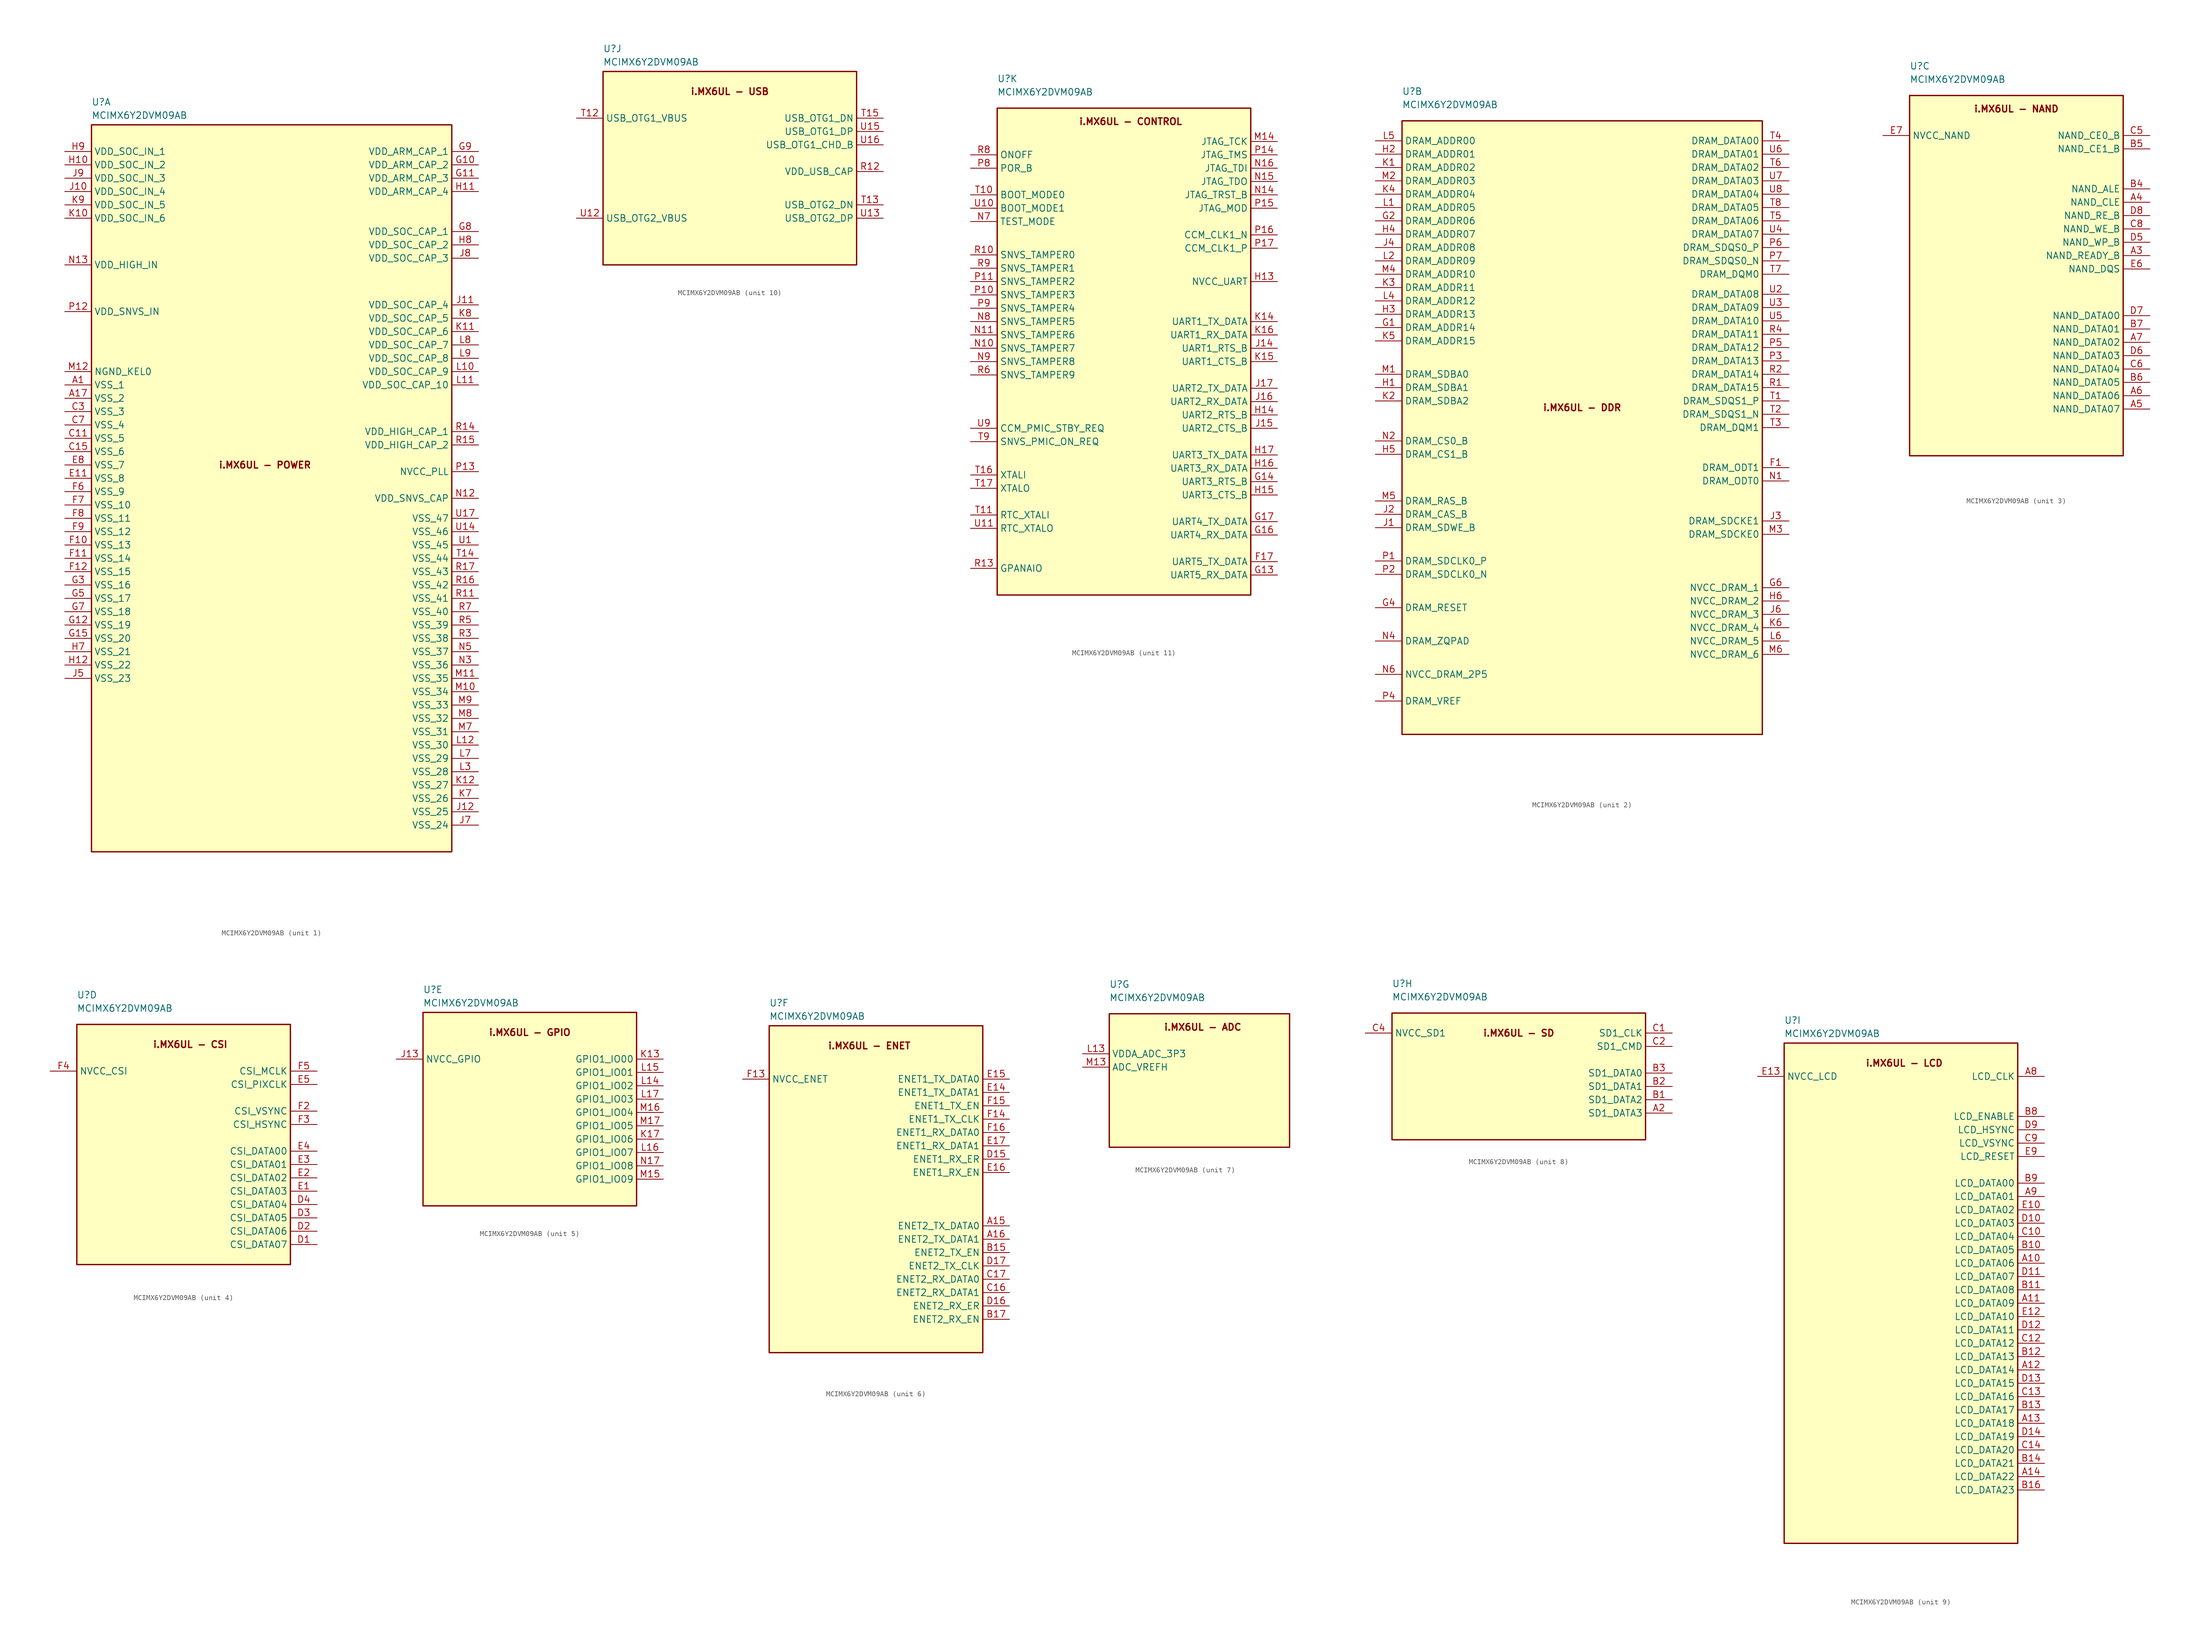
<source format=kicad_sym>
(kicad_symbol_lib
  (version 20241209)
  (generator "kicad_symbol_editor")
  (generator_version "9.0")
  (symbol "MCIMX6Y2DVM09AB"
    (property "Reference" "U"
      (at -33.02 69.85 0)
      (effects (font (size 1.27 1.27)) (justify left top)))
    (property "Value" "MCIMX6Y2DVM09AB"
      (at -33.02 67.31 0)
      (effects (font (size 1.27 1.27)) (justify left top)))
    (symbol "MCIMX6Y2DVM09AB_1_1"
      (rectangle (start -33.02 64.77) (end 35.56 -73.66) (stroke (width 0.254) (type default)) (fill (type background)))
      (text "i.MX6UL - POWER" (at 0 0 0) (effects (font (size 1.27 1.27) (thickness 0.254) (bold yes))))
      (pin passive line (at -38.1 59.69 0) (length 5.08) (name "VDD_SOC_IN_1" (effects (font (size 1.27 1.27)))) (number "H9" (effects (font (size 1.27 1.27)))))
      (pin passive line (at -38.1 57.15 0) (length 5.08) (name "VDD_SOC_IN_2" (effects (font (size 1.27 1.27)))) (number "H10" (effects (font (size 1.27 1.27)))))
      (pin passive line (at -38.1 54.61 0) (length 5.08) (name "VDD_SOC_IN_3" (effects (font (size 1.27 1.27)))) (number "J9" (effects (font (size 1.27 1.27)))))
      (pin passive line (at -38.1 52.07 0) (length 5.08) (name "VDD_SOC_IN_4" (effects (font (size 1.27 1.27)))) (number "J10" (effects (font (size 1.27 1.27)))))
      (pin passive line (at -38.1 49.53 0) (length 5.08) (name "VDD_SOC_IN_5" (effects (font (size 1.27 1.27)))) (number "K9" (effects (font (size 1.27 1.27)))))
      (pin passive line (at -38.1 46.99 0) (length 5.08) (name "VDD_SOC_IN_6" (effects (font (size 1.27 1.27)))) (number "K10" (effects (font (size 1.27 1.27)))))
      (pin passive line (at -38.1 38.1 0) (length 5.08) (name "VDD_HIGH_IN" (effects (font (size 1.27 1.27)))) (number "N13" (effects (font (size 1.27 1.27)))))
      (pin passive line (at -38.1 29.21 0) (length 5.08) (name "VDD_SNVS_IN" (effects (font (size 1.27 1.27)))) (number "P12" (effects (font (size 1.27 1.27)))))
      (pin passive line (at -38.1 17.78 0) (length 5.08) (name "NGND_KEL0" (effects (font (size 1.27 1.27)))) (number "M12" (effects (font (size 1.27 1.27)))))
      (pin passive line (at -38.1 15.24 0) (length 5.08) (name "VSS_1" (effects (font (size 1.27 1.27)))) (number "A1" (effects (font (size 1.27 1.27)))))
      (pin passive line (at -38.1 12.7 0) (length 5.08) (name "VSS_2" (effects (font (size 1.27 1.27)))) (number "A17" (effects (font (size 1.27 1.27)))))
      (pin passive line (at -38.1 10.16 0) (length 5.08) (name "VSS_3" (effects (font (size 1.27 1.27)))) (number "C3" (effects (font (size 1.27 1.27)))))
      (pin passive line (at -38.1 7.62 0) (length 5.08) (name "VSS_4" (effects (font (size 1.27 1.27)))) (number "C7" (effects (font (size 1.27 1.27)))))
      (pin passive line (at -38.1 5.08 0) (length 5.08) (name "VSS_5" (effects (font (size 1.27 1.27)))) (number "C11" (effects (font (size 1.27 1.27)))))
      (pin passive line (at -38.1 2.54 0) (length 5.08) (name "VSS_6" (effects (font (size 1.27 1.27)))) (number "C15" (effects (font (size 1.27 1.27)))))
      (pin passive line (at -38.1 0 0) (length 5.08) (name "VSS_7" (effects (font (size 1.27 1.27)))) (number "E8" (effects (font (size 1.27 1.27)))))
      (pin passive line (at -38.1 -2.54 0) (length 5.08) (name "VSS_8" (effects (font (size 1.27 1.27)))) (number "E11" (effects (font (size 1.27 1.27)))))
      (pin passive line (at -38.1 -5.08 0) (length 5.08) (name "VSS_9" (effects (font (size 1.27 1.27)))) (number "F6" (effects (font (size 1.27 1.27)))))
      (pin passive line (at -38.1 -7.62 0) (length 5.08) (name "VSS_10" (effects (font (size 1.27 1.27)))) (number "F7" (effects (font (size 1.27 1.27)))))
      (pin passive line (at -38.1 -10.16 0) (length 5.08) (name "VSS_11" (effects (font (size 1.27 1.27)))) (number "F8" (effects (font (size 1.27 1.27)))))
      (pin passive line (at -38.1 -12.7 0) (length 5.08) (name "VSS_12" (effects (font (size 1.27 1.27)))) (number "F9" (effects (font (size 1.27 1.27)))))
      (pin passive line (at -38.1 -15.24 0) (length 5.08) (name "VSS_13" (effects (font (size 1.27 1.27)))) (number "F10" (effects (font (size 1.27 1.27)))))
      (pin passive line (at -38.1 -17.78 0) (length 5.08) (name "VSS_14" (effects (font (size 1.27 1.27)))) (number "F11" (effects (font (size 1.27 1.27)))))
      (pin passive line (at -38.1 -20.32 0) (length 5.08) (name "VSS_15" (effects (font (size 1.27 1.27)))) (number "F12" (effects (font (size 1.27 1.27)))))
      (pin passive line (at -38.1 -22.86 0) (length 5.08) (name "VSS_16" (effects (font (size 1.27 1.27)))) (number "G3" (effects (font (size 1.27 1.27)))))
      (pin passive line (at -38.1 -25.4 0) (length 5.08) (name "VSS_17" (effects (font (size 1.27 1.27)))) (number "G5" (effects (font (size 1.27 1.27)))))
      (pin passive line (at -38.1 -27.94 0) (length 5.08) (name "VSS_18" (effects (font (size 1.27 1.27)))) (number "G7" (effects (font (size 1.27 1.27)))))
      (pin passive line (at -38.1 -30.48 0) (length 5.08) (name "VSS_19" (effects (font (size 1.27 1.27)))) (number "G12" (effects (font (size 1.27 1.27)))))
      (pin passive line (at -38.1 -33.02 0) (length 5.08) (name "VSS_20" (effects (font (size 1.27 1.27)))) (number "G15" (effects (font (size 1.27 1.27)))))
      (pin passive line (at -38.1 -35.56 0) (length 5.08) (name "VSS_21" (effects (font (size 1.27 1.27)))) (number "H7" (effects (font (size 1.27 1.27)))))
      (pin passive line (at -38.1 -38.1 0) (length 5.08) (name "VSS_22" (effects (font (size 1.27 1.27)))) (number "H12" (effects (font (size 1.27 1.27)))))
      (pin passive line (at -38.1 -40.64 0) (length 5.08) (name "VSS_23" (effects (font (size 1.27 1.27)))) (number "J5" (effects (font (size 1.27 1.27)))))
      (pin passive line (at 40.64 59.69 180) (length 5.08) (name "VDD_ARM_CAP_1" (effects (font (size 1.27 1.27)))) (number "G9" (effects (font (size 1.27 1.27)))))
      (pin passive line (at 40.64 57.15 180) (length 5.08) (name "VDD_ARM_CAP_2" (effects (font (size 1.27 1.27)))) (number "G10" (effects (font (size 1.27 1.27)))))
      (pin passive line (at 40.64 54.61 180) (length 5.08) (name "VDD_ARM_CAP_3" (effects (font (size 1.27 1.27)))) (number "G11" (effects (font (size 1.27 1.27)))))
      (pin passive line (at 40.64 52.07 180) (length 5.08) (name "VDD_ARM_CAP_4" (effects (font (size 1.27 1.27)))) (number "H11" (effects (font (size 1.27 1.27)))))
      (pin passive line (at 40.64 44.45 180) (length 5.08) (name "VDD_SOC_CAP_1" (effects (font (size 1.27 1.27)))) (number "G8" (effects (font (size 1.27 1.27)))))
      (pin passive line (at 40.64 41.91 180) (length 5.08) (name "VDD_SOC_CAP_2" (effects (font (size 1.27 1.27)))) (number "H8" (effects (font (size 1.27 1.27)))))
      (pin passive line (at 40.64 39.37 180) (length 5.08) (name "VDD_SOC_CAP_3" (effects (font (size 1.27 1.27)))) (number "J8" (effects (font (size 1.27 1.27)))))
      (pin passive line (at 40.64 30.48 180) (length 5.08) (name "VDD_SOC_CAP_4" (effects (font (size 1.27 1.27)))) (number "J11" (effects (font (size 1.27 1.27)))))
      (pin passive line (at 40.64 27.94 180) (length 5.08) (name "VDD_SOC_CAP_5" (effects (font (size 1.27 1.27)))) (number "K8" (effects (font (size 1.27 1.27)))))
      (pin passive line (at 40.64 25.4 180) (length 5.08) (name "VDD_SOC_CAP_6" (effects (font (size 1.27 1.27)))) (number "K11" (effects (font (size 1.27 1.27)))))
      (pin passive line (at 40.64 22.86 180) (length 5.08) (name "VDD_SOC_CAP_7" (effects (font (size 1.27 1.27)))) (number "L8" (effects (font (size 1.27 1.27)))))
      (pin passive line (at 40.64 20.32 180) (length 5.08) (name "VDD_SOC_CAP_8" (effects (font (size 1.27 1.27)))) (number "L9" (effects (font (size 1.27 1.27)))))
      (pin passive line (at 40.64 17.78 180) (length 5.08) (name "VDD_SOC_CAP_9" (effects (font (size 1.27 1.27)))) (number "L10" (effects (font (size 1.27 1.27)))))
      (pin passive line (at 40.64 15.24 180) (length 5.08) (name "VDD_SOC_CAP_10" (effects (font (size 1.27 1.27)))) (number "L11" (effects (font (size 1.27 1.27)))))
      (pin passive line (at 40.64 6.35 180) (length 5.08) (name "VDD_HIGH_CAP_1" (effects (font (size 1.27 1.27)))) (number "R14" (effects (font (size 1.27 1.27)))))
      (pin passive line (at 40.64 3.81 180) (length 5.08) (name "VDD_HIGH_CAP_2" (effects (font (size 1.27 1.27)))) (number "R15" (effects (font (size 1.27 1.27)))))
      (pin passive line (at 40.64 -1.27 180) (length 5.08) (name "NVCC_PLL" (effects (font (size 1.27 1.27)))) (number "P13" (effects (font (size 1.27 1.27)))))
      (pin passive line (at 40.64 -6.35 180) (length 5.08) (name "VDD_SNVS_CAP" (effects (font (size 1.27 1.27)))) (number "N12" (effects (font (size 1.27 1.27)))))
      (pin passive line (at 40.64 -10.16 180) (length 5.08) (name "VSS_47" (effects (font (size 1.27 1.27)))) (number "U17" (effects (font (size 1.27 1.27)))))
      (pin passive line (at 40.64 -12.7 180) (length 5.08) (name "VSS_46" (effects (font (size 1.27 1.27)))) (number "U14" (effects (font (size 1.27 1.27)))))
      (pin passive line (at 40.64 -15.24 180) (length 5.08) (name "VSS_45" (effects (font (size 1.27 1.27)))) (number "U1" (effects (font (size 1.27 1.27)))))
      (pin passive line (at 40.64 -17.78 180) (length 5.08) (name "VSS_44" (effects (font (size 1.27 1.27)))) (number "T14" (effects (font (size 1.27 1.27)))))
      (pin passive line (at 40.64 -20.32 180) (length 5.08) (name "VSS_43" (effects (font (size 1.27 1.27)))) (number "R17" (effects (font (size 1.27 1.27)))))
      (pin passive line (at 40.64 -22.86 180) (length 5.08) (name "VSS_42" (effects (font (size 1.27 1.27)))) (number "R16" (effects (font (size 1.27 1.27)))))
      (pin passive line (at 40.64 -25.4 180) (length 5.08) (name "VSS_41" (effects (font (size 1.27 1.27)))) (number "R11" (effects (font (size 1.27 1.27)))))
      (pin passive line (at 40.64 -27.94 180) (length 5.08) (name "VSS_40" (effects (font (size 1.27 1.27)))) (number "R7" (effects (font (size 1.27 1.27)))))
      (pin passive line (at 40.64 -30.48 180) (length 5.08) (name "VSS_39" (effects (font (size 1.27 1.27)))) (number "R5" (effects (font (size 1.27 1.27)))))
      (pin passive line (at 40.64 -33.02 180) (length 5.08) (name "VSS_38" (effects (font (size 1.27 1.27)))) (number "R3" (effects (font (size 1.27 1.27)))))
      (pin passive line (at 40.64 -35.56 180) (length 5.08) (name "VSS_37" (effects (font (size 1.27 1.27)))) (number "N5" (effects (font (size 1.27 1.27)))))
      (pin passive line (at 40.64 -38.1 180) (length 5.08) (name "VSS_36" (effects (font (size 1.27 1.27)))) (number "N3" (effects (font (size 1.27 1.27)))))
      (pin passive line (at 40.64 -40.64 180) (length 5.08) (name "VSS_35" (effects (font (size 1.27 1.27)))) (number "M11" (effects (font (size 1.27 1.27)))))
      (pin passive line (at 40.64 -43.18 180) (length 5.08) (name "VSS_34" (effects (font (size 1.27 1.27)))) (number "M10" (effects (font (size 1.27 1.27)))))
      (pin passive line (at 40.64 -45.72 180) (length 5.08) (name "VSS_33" (effects (font (size 1.27 1.27)))) (number "M9" (effects (font (size 1.27 1.27)))))
      (pin passive line (at 40.64 -48.26 180) (length 5.08) (name "VSS_32" (effects (font (size 1.27 1.27)))) (number "M8" (effects (font (size 1.27 1.27)))))
      (pin passive line (at 40.64 -50.8 180) (length 5.08) (name "VSS_31" (effects (font (size 1.27 1.27)))) (number "M7" (effects (font (size 1.27 1.27)))))
      (pin passive line (at 40.64 -53.34 180) (length 5.08) (name "VSS_30" (effects (font (size 1.27 1.27)))) (number "L12" (effects (font (size 1.27 1.27)))))
      (pin passive line (at 40.64 -55.88 180) (length 5.08) (name "VSS_29" (effects (font (size 1.27 1.27)))) (number "L7" (effects (font (size 1.27 1.27)))))
      (pin passive line (at 40.64 -58.42 180) (length 5.08) (name "VSS_28" (effects (font (size 1.27 1.27)))) (number "L3" (effects (font (size 1.27 1.27)))))
      (pin passive line (at 40.64 -60.96 180) (length 5.08) (name "VSS_27" (effects (font (size 1.27 1.27)))) (number "K12" (effects (font (size 1.27 1.27)))))
      (pin passive line (at 40.64 -63.5 180) (length 5.08) (name "VSS_26" (effects (font (size 1.27 1.27)))) (number "K7" (effects (font (size 1.27 1.27)))))
      (pin passive line (at 40.64 -66.04 180) (length 5.08) (name "VSS_25" (effects (font (size 1.27 1.27)))) (number "J12" (effects (font (size 1.27 1.27)))))
      (pin passive line (at 40.64 -68.58 180) (length 5.08) (name "VSS_24" (effects (font (size 1.27 1.27)))) (number "J7" (effects (font (size 1.27 1.27))))))
    (symbol "MCIMX6Y2DVM09AB_2_1"
      (rectangle (start -33.02 63.5) (end 35.56 -53.34) (stroke (width 0.254) (type default)) (fill (type background)))
      (text "i.MX6UL - DDR" (at 1.27 8.89 0) (effects (font (size 1.27 1.27) (thickness 0.254) (bold yes))))
      (pin passive line (at -38.1 59.69 0) (length 5.08) (name "DRAM_ADDR00" (effects (font (size 1.27 1.27)))) (number "L5" (effects (font (size 1.27 1.27)))))
      (pin passive line (at -38.1 57.15 0) (length 5.08) (name "DRAM_ADDR01" (effects (font (size 1.27 1.27)))) (number "H2" (effects (font (size 1.27 1.27)))))
      (pin passive line (at -38.1 54.61 0) (length 5.08) (name "DRAM_ADDR02" (effects (font (size 1.27 1.27)))) (number "K1" (effects (font (size 1.27 1.27)))))
      (pin passive line (at -38.1 52.07 0) (length 5.08) (name "DRAM_ADDR03" (effects (font (size 1.27 1.27)))) (number "M2" (effects (font (size 1.27 1.27)))))
      (pin passive line (at -38.1 49.53 0) (length 5.08) (name "DRAM_ADDR04" (effects (font (size 1.27 1.27)))) (number "K4" (effects (font (size 1.27 1.27)))))
      (pin passive line (at -38.1 46.99 0) (length 5.08) (name "DRAM_ADDR05" (effects (font (size 1.27 1.27)))) (number "L1" (effects (font (size 1.27 1.27)))))
      (pin passive line (at -38.1 44.45 0) (length 5.08) (name "DRAM_ADDR06" (effects (font (size 1.27 1.27)))) (number "G2" (effects (font (size 1.27 1.27)))))
      (pin passive line (at -38.1 41.91 0) (length 5.08) (name "DRAM_ADDR07" (effects (font (size 1.27 1.27)))) (number "H4" (effects (font (size 1.27 1.27)))))
      (pin passive line (at -38.1 39.37 0) (length 5.08) (name "DRAM_ADDR08" (effects (font (size 1.27 1.27)))) (number "J4" (effects (font (size 1.27 1.27)))))
      (pin passive line (at -38.1 36.83 0) (length 5.08) (name "DRAM_ADDR09" (effects (font (size 1.27 1.27)))) (number "L2" (effects (font (size 1.27 1.27)))))
      (pin passive line (at -38.1 34.29 0) (length 5.08) (name "DRAM_ADDR10" (effects (font (size 1.27 1.27)))) (number "M4" (effects (font (size 1.27 1.27)))))
      (pin passive line (at -38.1 31.75 0) (length 5.08) (name "DRAM_ADDR11" (effects (font (size 1.27 1.27)))) (number "K3" (effects (font (size 1.27 1.27)))))
      (pin passive line (at -38.1 29.21 0) (length 5.08) (name "DRAM_ADDR12" (effects (font (size 1.27 1.27)))) (number "L4" (effects (font (size 1.27 1.27)))))
      (pin passive line (at -38.1 26.67 0) (length 5.08) (name "DRAM_ADDR13" (effects (font (size 1.27 1.27)))) (number "H3" (effects (font (size 1.27 1.27)))))
      (pin passive line (at -38.1 24.13 0) (length 5.08) (name "DRAM_ADDR14" (effects (font (size 1.27 1.27)))) (number "G1" (effects (font (size 1.27 1.27)))))
      (pin passive line (at -38.1 21.59 0) (length 5.08) (name "DRAM_ADDR15" (effects (font (size 1.27 1.27)))) (number "K5" (effects (font (size 1.27 1.27)))))
      (pin passive line (at -38.1 15.24 0) (length 5.08) (name "DRAM_SDBA0" (effects (font (size 1.27 1.27)))) (number "M1" (effects (font (size 1.27 1.27)))))
      (pin passive line (at -38.1 12.7 0) (length 5.08) (name "DRAM_SDBA1" (effects (font (size 1.27 1.27)))) (number "H1" (effects (font (size 1.27 1.27)))))
      (pin passive line (at -38.1 10.16 0) (length 5.08) (name "DRAM_SDBA2" (effects (font (size 1.27 1.27)))) (number "K2" (effects (font (size 1.27 1.27)))))
      (pin passive line (at -38.1 2.54 0) (length 5.08) (name "DRAM_CS0_B" (effects (font (size 1.27 1.27)))) (number "N2" (effects (font (size 1.27 1.27)))))
      (pin passive line (at -38.1 0 0) (length 5.08) (name "DRAM_CS1_B" (effects (font (size 1.27 1.27)))) (number "H5" (effects (font (size 1.27 1.27)))))
      (pin passive line (at -38.1 -8.89 0) (length 5.08) (name "DRAM_RAS_B" (effects (font (size 1.27 1.27)))) (number "M5" (effects (font (size 1.27 1.27)))))
      (pin passive line (at -38.1 -11.43 0) (length 5.08) (name "DRAM_CAS_B" (effects (font (size 1.27 1.27)))) (number "J2" (effects (font (size 1.27 1.27)))))
      (pin passive line (at -38.1 -13.97 0) (length 5.08) (name "DRAM_SDWE_B" (effects (font (size 1.27 1.27)))) (number "J1" (effects (font (size 1.27 1.27)))))
      (pin passive line (at -38.1 -20.32 0) (length 5.08) (name "DRAM_SDCLK0_P" (effects (font (size 1.27 1.27)))) (number "P1" (effects (font (size 1.27 1.27)))))
      (pin passive line (at -38.1 -22.86 0) (length 5.08) (name "DRAM_SDCLK0_N" (effects (font (size 1.27 1.27)))) (number "P2" (effects (font (size 1.27 1.27)))))
      (pin passive line (at -38.1 -29.21 0) (length 5.08) (name "DRAM_RESET" (effects (font (size 1.27 1.27)))) (number "G4" (effects (font (size 1.27 1.27)))))
      (pin passive line (at -38.1 -35.56 0) (length 5.08) (name "DRAM_ZQPAD" (effects (font (size 1.27 1.27)))) (number "N4" (effects (font (size 1.27 1.27)))))
      (pin passive line (at -38.1 -41.91 0) (length 5.08) (name "NVCC_DRAM_2P5" (effects (font (size 1.27 1.27)))) (number "N6" (effects (font (size 1.27 1.27)))))
      (pin passive line (at -38.1 -46.99 0) (length 5.08) (name "DRAM_VREF" (effects (font (size 1.27 1.27)))) (number "P4" (effects (font (size 1.27 1.27)))))
      (pin passive line (at 40.64 59.69 180) (length 5.08) (name "DRAM_DATA00" (effects (font (size 1.27 1.27)))) (number "T4" (effects (font (size 1.27 1.27)))))
      (pin passive line (at 40.64 57.15 180) (length 5.08) (name "DRAM_DATA01" (effects (font (size 1.27 1.27)))) (number "U6" (effects (font (size 1.27 1.27)))))
      (pin passive line (at 40.64 54.61 180) (length 5.08) (name "DRAM_DATA02" (effects (font (size 1.27 1.27)))) (number "T6" (effects (font (size 1.27 1.27)))))
      (pin passive line (at 40.64 52.07 180) (length 5.08) (name "DRAM_DATA03" (effects (font (size 1.27 1.27)))) (number "U7" (effects (font (size 1.27 1.27)))))
      (pin passive line (at 40.64 49.53 180) (length 5.08) (name "DRAM_DATA04" (effects (font (size 1.27 1.27)))) (number "U8" (effects (font (size 1.27 1.27)))))
      (pin passive line (at 40.64 46.99 180) (length 5.08) (name "DRAM_DATA05" (effects (font (size 1.27 1.27)))) (number "T8" (effects (font (size 1.27 1.27)))))
      (pin passive line (at 40.64 44.45 180) (length 5.08) (name "DRAM_DATA06" (effects (font (size 1.27 1.27)))) (number "T5" (effects (font (size 1.27 1.27)))))
      (pin passive line (at 40.64 41.91 180) (length 5.08) (name "DRAM_DATA07" (effects (font (size 1.27 1.27)))) (number "U4" (effects (font (size 1.27 1.27)))))
      (pin passive line (at 40.64 39.37 180) (length 5.08) (name "DRAM_SDQS0_P" (effects (font (size 1.27 1.27)))) (number "P6" (effects (font (size 1.27 1.27)))))
      (pin passive line (at 40.64 36.83 180) (length 5.08) (name "DRAM_SDQS0_N" (effects (font (size 1.27 1.27)))) (number "P7" (effects (font (size 1.27 1.27)))))
      (pin passive line (at 40.64 34.29 180) (length 5.08) (name "DRAM_DQM0" (effects (font (size 1.27 1.27)))) (number "T7" (effects (font (size 1.27 1.27)))))
      (pin passive line (at 40.64 30.48 180) (length 5.08) (name "DRAM_DATA08" (effects (font (size 1.27 1.27)))) (number "U2" (effects (font (size 1.27 1.27)))))
      (pin passive line (at 40.64 27.94 180) (length 5.08) (name "DRAM_DATA09" (effects (font (size 1.27 1.27)))) (number "U3" (effects (font (size 1.27 1.27)))))
      (pin passive line (at 40.64 25.4 180) (length 5.08) (name "DRAM_DATA10" (effects (font (size 1.27 1.27)))) (number "U5" (effects (font (size 1.27 1.27)))))
      (pin passive line (at 40.64 22.86 180) (length 5.08) (name "DRAM_DATA11" (effects (font (size 1.27 1.27)))) (number "R4" (effects (font (size 1.27 1.27)))))
      (pin passive line (at 40.64 20.32 180) (length 5.08) (name "DRAM_DATA12" (effects (font (size 1.27 1.27)))) (number "P5" (effects (font (size 1.27 1.27)))))
      (pin passive line (at 40.64 17.78 180) (length 5.08) (name "DRAM_DATA13" (effects (font (size 1.27 1.27)))) (number "P3" (effects (font (size 1.27 1.27)))))
      (pin passive line (at 40.64 15.24 180) (length 5.08) (name "DRAM_DATA14" (effects (font (size 1.27 1.27)))) (number "R2" (effects (font (size 1.27 1.27)))))
      (pin passive line (at 40.64 12.7 180) (length 5.08) (name "DRAM_DATA15" (effects (font (size 1.27 1.27)))) (number "R1" (effects (font (size 1.27 1.27)))))
      (pin passive line (at 40.64 10.16 180) (length 5.08) (name "DRAM_SDQS1_P" (effects (font (size 1.27 1.27)))) (number "T1" (effects (font (size 1.27 1.27)))))
      (pin passive line (at 40.64 7.62 180) (length 5.08) (name "DRAM_SDQS1_N" (effects (font (size 1.27 1.27)))) (number "T2" (effects (font (size 1.27 1.27)))))
      (pin passive line (at 40.64 5.08 180) (length 5.08) (name "DRAM_DQM1" (effects (font (size 1.27 1.27)))) (number "T3" (effects (font (size 1.27 1.27)))))
      (pin passive line (at 40.64 -2.54 180) (length 5.08) (name "DRAM_ODT1" (effects (font (size 1.27 1.27)))) (number "F1" (effects (font (size 1.27 1.27)))))
      (pin passive line (at 40.64 -5.08 180) (length 5.08) (name "DRAM_ODT0" (effects (font (size 1.27 1.27)))) (number "N1" (effects (font (size 1.27 1.27)))))
      (pin passive line (at 40.64 -12.7 180) (length 5.08) (name "DRAM_SDCKE1" (effects (font (size 1.27 1.27)))) (number "J3" (effects (font (size 1.27 1.27)))))
      (pin passive line (at 40.64 -15.24 180) (length 5.08) (name "DRAM_SDCKE0" (effects (font (size 1.27 1.27)))) (number "M3" (effects (font (size 1.27 1.27)))))
      (pin passive line (at 40.64 -25.4 180) (length 5.08) (name "NVCC_DRAM_1" (effects (font (size 1.27 1.27)))) (number "G6" (effects (font (size 1.27 1.27)))))
      (pin passive line (at 40.64 -27.94 180) (length 5.08) (name "NVCC_DRAM_2" (effects (font (size 1.27 1.27)))) (number "H6" (effects (font (size 1.27 1.27)))))
      (pin passive line (at 40.64 -30.48 180) (length 5.08) (name "NVCC_DRAM_3" (effects (font (size 1.27 1.27)))) (number "J6" (effects (font (size 1.27 1.27)))))
      (pin passive line (at 40.64 -33.02 180) (length 5.08) (name "NVCC_DRAM_4" (effects (font (size 1.27 1.27)))) (number "K6" (effects (font (size 1.27 1.27)))))
      (pin passive line (at 40.64 -35.56 180) (length 5.08) (name "NVCC_DRAM_5" (effects (font (size 1.27 1.27)))) (number "L6" (effects (font (size 1.27 1.27)))))
      (pin passive line (at 40.64 -38.1 180) (length 5.08) (name "NVCC_DRAM_6" (effects (font (size 1.27 1.27)))) (number "M6" (effects (font (size 1.27 1.27))))))
    (symbol "MCIMX6Y2DVM09AB_3_1"
      (rectangle (start -33.02 63.5) (end 7.62 -5.08) (stroke (width 0.254) (type default)) (fill (type background)))
      (text "i.MX6UL - NAND" (at -12.7 60.96 0) (effects (font (size 1.27 1.27) (thickness 0.254) (bold yes))))
      (pin passive line (at -38.1 55.88 0) (length 5.08) (name "NVCC_NAND" (effects (font (size 1.27 1.27)))) (number "E7" (effects (font (size 1.27 1.27)))))
      (pin passive line (at 12.7 55.88 180) (length 5.08) (name "NAND_CE0_B" (effects (font (size 1.27 1.27)))) (number "C5" (effects (font (size 1.27 1.27)))))
      (pin passive line (at 12.7 53.34 180) (length 5.08) (name "NAND_CE1_B" (effects (font (size 1.27 1.27)))) (number "B5" (effects (font (size 1.27 1.27)))))
      (pin passive line (at 12.7 45.72 180) (length 5.08) (name "NAND_ALE" (effects (font (size 1.27 1.27)))) (number "B4" (effects (font (size 1.27 1.27)))))
      (pin passive line (at 12.7 43.18 180) (length 5.08) (name "NAND_CLE" (effects (font (size 1.27 1.27)))) (number "A4" (effects (font (size 1.27 1.27)))))
      (pin passive line (at 12.7 40.64 180) (length 5.08) (name "NAND_RE_B" (effects (font (size 1.27 1.27)))) (number "D8" (effects (font (size 1.27 1.27)))))
      (pin passive line (at 12.7 38.1 180) (length 5.08) (name "NAND_WE_B" (effects (font (size 1.27 1.27)))) (number "C8" (effects (font (size 1.27 1.27)))))
      (pin passive line (at 12.7 35.56 180) (length 5.08) (name "NAND_WP_B" (effects (font (size 1.27 1.27)))) (number "D5" (effects (font (size 1.27 1.27)))))
      (pin passive line (at 12.7 33.02 180) (length 5.08) (name "NAND_READY_B" (effects (font (size 1.27 1.27)))) (number "A3" (effects (font (size 1.27 1.27)))))
      (pin passive line (at 12.7 30.48 180) (length 5.08) (name "NAND_DQS" (effects (font (size 1.27 1.27)))) (number "E6" (effects (font (size 1.27 1.27)))))
      (pin passive line (at 12.7 21.59 180) (length 5.08) (name "NAND_DATA00" (effects (font (size 1.27 1.27)))) (number "D7" (effects (font (size 1.27 1.27)))))
      (pin passive line (at 12.7 19.05 180) (length 5.08) (name "NAND_DATA01" (effects (font (size 1.27 1.27)))) (number "B7" (effects (font (size 1.27 1.27)))))
      (pin passive line (at 12.7 16.51 180) (length 5.08) (name "NAND_DATA02" (effects (font (size 1.27 1.27)))) (number "A7" (effects (font (size 1.27 1.27)))))
      (pin passive line (at 12.7 13.97 180) (length 5.08) (name "NAND_DATA03" (effects (font (size 1.27 1.27)))) (number "D6" (effects (font (size 1.27 1.27)))))
      (pin passive line (at 12.7 11.43 180) (length 5.08) (name "NAND_DATA04" (effects (font (size 1.27 1.27)))) (number "C6" (effects (font (size 1.27 1.27)))))
      (pin passive line (at 12.7 8.89 180) (length 5.08) (name "NAND_DATA05" (effects (font (size 1.27 1.27)))) (number "B6" (effects (font (size 1.27 1.27)))))
      (pin passive line (at 12.7 6.35 180) (length 5.08) (name "NAND_DATA06" (effects (font (size 1.27 1.27)))) (number "A6" (effects (font (size 1.27 1.27)))))
      (pin passive line (at 12.7 3.81 180) (length 5.08) (name "NAND_DATA07" (effects (font (size 1.27 1.27)))) (number "A5" (effects (font (size 1.27 1.27))))))
    (symbol "MCIMX6Y2DVM09AB_4_1"
      (rectangle (start -33.02 63.5) (end 7.62 17.78) (stroke (width 0.254) (type default)) (fill (type background)))
      (text "i.MX6UL - CSI" (at -11.43 59.69 0) (effects (font (size 1.27 1.27) (thickness 0.254) (bold yes))))
      (pin passive line (at -38.1 54.61 0) (length 5.08) (name "NVCC_CSI" (effects (font (size 1.27 1.27)))) (number "F4" (effects (font (size 1.27 1.27)))))
      (pin passive line (at 12.7 54.61 180) (length 5.08) (name "CSI_MCLK" (effects (font (size 1.27 1.27)))) (number "F5" (effects (font (size 1.27 1.27)))))
      (pin passive line (at 12.7 52.07 180) (length 5.08) (name "CSI_PIXCLK" (effects (font (size 1.27 1.27)))) (number "E5" (effects (font (size 1.27 1.27)))))
      (pin passive line (at 12.7 46.99 180) (length 5.08) (name "CSI_VSYNC" (effects (font (size 1.27 1.27)))) (number "F2" (effects (font (size 1.27 1.27)))))
      (pin passive line (at 12.7 44.45 180) (length 5.08) (name "CSI_HSYNC" (effects (font (size 1.27 1.27)))) (number "F3" (effects (font (size 1.27 1.27)))))
      (pin passive line (at 12.7 39.37 180) (length 5.08) (name "CSI_DATA00" (effects (font (size 1.27 1.27)))) (number "E4" (effects (font (size 1.27 1.27)))))
      (pin passive line (at 12.7 36.83 180) (length 5.08) (name "CSI_DATA01" (effects (font (size 1.27 1.27)))) (number "E3" (effects (font (size 1.27 1.27)))))
      (pin passive line (at 12.7 34.29 180) (length 5.08) (name "CSI_DATA02" (effects (font (size 1.27 1.27)))) (number "E2" (effects (font (size 1.27 1.27)))))
      (pin passive line (at 12.7 31.75 180) (length 5.08) (name "CSI_DATA03" (effects (font (size 1.27 1.27)))) (number "E1" (effects (font (size 1.27 1.27)))))
      (pin passive line (at 12.7 29.21 180) (length 5.08) (name "CSI_DATA04" (effects (font (size 1.27 1.27)))) (number "D4" (effects (font (size 1.27 1.27)))))
      (pin passive line (at 12.7 26.67 180) (length 5.08) (name "CSI_DATA05" (effects (font (size 1.27 1.27)))) (number "D3" (effects (font (size 1.27 1.27)))))
      (pin passive line (at 12.7 24.13 180) (length 5.08) (name "CSI_DATA06" (effects (font (size 1.27 1.27)))) (number "D2" (effects (font (size 1.27 1.27)))))
      (pin passive line (at 12.7 21.59 180) (length 5.08) (name "CSI_DATA07" (effects (font (size 1.27 1.27)))) (number "D1" (effects (font (size 1.27 1.27))))))
    (symbol "MCIMX6Y2DVM09AB_5_1"
      (rectangle (start -33.02 64.77) (end 7.62 27.94) (stroke (width 0.254) (type default)) (fill (type background)))
      (text "i.MX6UL - GPIO\n" (at -12.7 60.96 0) (effects (font (size 1.27 1.27) (thickness 0.254) (bold yes))))
      (pin passive line (at -38.1 55.88 0) (length 5.08) (name "NVCC_GPIO" (effects (font (size 1.27 1.27)))) (number "J13" (effects (font (size 1.27 1.27)))))
      (pin passive line (at 12.7 55.88 180) (length 5.08) (name "GPIO1_IO00" (effects (font (size 1.27 1.27)))) (number "K13" (effects (font (size 1.27 1.27)))))
      (pin passive line (at 12.7 53.34 180) (length 5.08) (name "GPIO1_IO01" (effects (font (size 1.27 1.27)))) (number "L15" (effects (font (size 1.27 1.27)))))
      (pin passive line (at 12.7 50.8 180) (length 5.08) (name "GPIO1_IO02" (effects (font (size 1.27 1.27)))) (number "L14" (effects (font (size 1.27 1.27)))))
      (pin passive line (at 12.7 48.26 180) (length 5.08) (name "GPIO1_IO03" (effects (font (size 1.27 1.27)))) (number "L17" (effects (font (size 1.27 1.27)))))
      (pin passive line (at 12.7 45.72 180) (length 5.08) (name "GPIO1_IO04" (effects (font (size 1.27 1.27)))) (number "M16" (effects (font (size 1.27 1.27)))))
      (pin passive line (at 12.7 43.18 180) (length 5.08) (name "GPIO1_IO05" (effects (font (size 1.27 1.27)))) (number "M17" (effects (font (size 1.27 1.27)))))
      (pin passive line (at 12.7 40.64 180) (length 5.08) (name "GPIO1_IO06" (effects (font (size 1.27 1.27)))) (number "K17" (effects (font (size 1.27 1.27)))))
      (pin passive line (at 12.7 38.1 180) (length 5.08) (name "GPIO1_IO07" (effects (font (size 1.27 1.27)))) (number "L16" (effects (font (size 1.27 1.27)))))
      (pin passive line (at 12.7 35.56 180) (length 5.08) (name "GPIO1_IO08" (effects (font (size 1.27 1.27)))) (number "N17" (effects (font (size 1.27 1.27)))))
      (pin passive line (at 12.7 33.02 180) (length 5.08) (name "GPIO1_IO09" (effects (font (size 1.27 1.27)))) (number "M15" (effects (font (size 1.27 1.27))))))
    (symbol "MCIMX6Y2DVM09AB_6_1"
      (rectangle (start -33.02 64.77) (end 7.62 2.54) (stroke (width 0.254) (type default)) (fill (type background)))
      (text "i.MX6UL - ENET" (at -13.97 60.96 0) (effects (font (size 1.27 1.27) (thickness 0.254) (bold yes))))
      (pin passive line (at -38.1 54.61 0) (length 5.08) (name "NVCC_ENET" (effects (font (size 1.27 1.27)))) (number "F13" (effects (font (size 1.27 1.27)))))
      (pin passive line (at 12.7 54.61 180) (length 5.08) (name "ENET1_TX_DATA0" (effects (font (size 1.27 1.27)))) (number "E15" (effects (font (size 1.27 1.27)))))
      (pin passive line (at 12.7 52.07 180) (length 5.08) (name "ENET1_TX_DATA1" (effects (font (size 1.27 1.27)))) (number "E14" (effects (font (size 1.27 1.27)))))
      (pin passive line (at 12.7 49.53 180) (length 5.08) (name "ENET1_TX_EN" (effects (font (size 1.27 1.27)))) (number "F15" (effects (font (size 1.27 1.27)))))
      (pin passive line (at 12.7 46.99 180) (length 5.08) (name "ENET1_TX_CLK" (effects (font (size 1.27 1.27)))) (number "F14" (effects (font (size 1.27 1.27)))))
      (pin passive line (at 12.7 44.45 180) (length 5.08) (name "ENET1_RX_DATA0" (effects (font (size 1.27 1.27)))) (number "F16" (effects (font (size 1.27 1.27)))))
      (pin passive line (at 12.7 41.91 180) (length 5.08) (name "ENET1_RX_DATA1" (effects (font (size 1.27 1.27)))) (number "E17" (effects (font (size 1.27 1.27)))))
      (pin passive line (at 12.7 39.37 180) (length 5.08) (name "ENET1_RX_ER" (effects (font (size 1.27 1.27)))) (number "D15" (effects (font (size 1.27 1.27)))))
      (pin passive line (at 12.7 36.83 180) (length 5.08) (name "ENET1_RX_EN" (effects (font (size 1.27 1.27)))) (number "E16" (effects (font (size 1.27 1.27)))))
      (pin passive line (at 12.7 26.67 180) (length 5.08) (name "ENET2_TX_DATA0" (effects (font (size 1.27 1.27)))) (number "A15" (effects (font (size 1.27 1.27)))))
      (pin passive line (at 12.7 24.13 180) (length 5.08) (name "ENET2_TX_DATA1" (effects (font (size 1.27 1.27)))) (number "A16" (effects (font (size 1.27 1.27)))))
      (pin passive line (at 12.7 21.59 180) (length 5.08) (name "ENET2_TX_EN" (effects (font (size 1.27 1.27)))) (number "B15" (effects (font (size 1.27 1.27)))))
      (pin passive line (at 12.7 19.05 180) (length 5.08) (name "ENET2_TX_CLK" (effects (font (size 1.27 1.27)))) (number "D17" (effects (font (size 1.27 1.27)))))
      (pin passive line (at 12.7 16.51 180) (length 5.08) (name "ENET2_RX_DATA0" (effects (font (size 1.27 1.27)))) (number "C17" (effects (font (size 1.27 1.27)))))
      (pin passive line (at 12.7 13.97 180) (length 5.08) (name "ENET2_RX_DATA1" (effects (font (size 1.27 1.27)))) (number "C16" (effects (font (size 1.27 1.27)))))
      (pin passive line (at 12.7 11.43 180) (length 5.08) (name "ENET2_RX_ER" (effects (font (size 1.27 1.27)))) (number "D16" (effects (font (size 1.27 1.27)))))
      (pin passive line (at 12.7 8.89 180) (length 5.08) (name "ENET2_RX_EN" (effects (font (size 1.27 1.27)))) (number "B17" (effects (font (size 1.27 1.27))))))
    (symbol "MCIMX6Y2DVM09AB_7_1"
      (rectangle (start -33.02 63.5) (end 1.27 38.1) (stroke (width 0.254) (type default)) (fill (type background)))
      (text "i.MX6UL - ADC" (at -15.24 60.96 0) (effects (font (size 1.27 1.27) (thickness 0.254) (bold yes))))
      (pin passive line (at -38.1 55.88 0) (length 5.08) (name "VDDA_ADC_3P3" (effects (font (size 1.27 1.27)))) (number "L13" (effects (font (size 1.27 1.27)))))
      (pin passive line (at -38.1 53.34 0) (length 5.08) (name "ADC_VREFH" (effects (font (size 1.27 1.27)))) (number "M13" (effects (font (size 1.27 1.27))))))
    (symbol "MCIMX6Y2DVM09AB_8_1"
      (rectangle (start -33.02 63.5) (end 15.24 39.37) (stroke (width 0.254) (type default)) (fill (type background)))
      (text "i.MX6UL - SD" (at -8.89 59.69 0) (effects (font (size 1.27 1.27) (thickness 0.254) (bold yes))))
      (pin passive line (at -38.1 59.69 0) (length 5.08) (name "NVCC_SD1" (effects (font (size 1.27 1.27)))) (number "C4" (effects (font (size 1.27 1.27)))))
      (pin passive line (at 20.32 59.69 180) (length 5.08) (name "SD1_CLK" (effects (font (size 1.27 1.27)))) (number "C1" (effects (font (size 1.27 1.27)))))
      (pin passive line (at 20.32 57.15 180) (length 5.08) (name "SD1_CMD" (effects (font (size 1.27 1.27)))) (number "C2" (effects (font (size 1.27 1.27)))))
      (pin passive line (at 20.32 52.07 180) (length 5.08) (name "SD1_DATA0" (effects (font (size 1.27 1.27)))) (number "B3" (effects (font (size 1.27 1.27)))))
      (pin passive line (at 20.32 49.53 180) (length 5.08) (name "SD1_DATA1" (effects (font (size 1.27 1.27)))) (number "B2" (effects (font (size 1.27 1.27)))))
      (pin passive line (at 20.32 46.99 180) (length 5.08) (name "SD1_DATA2" (effects (font (size 1.27 1.27)))) (number "B1" (effects (font (size 1.27 1.27)))))
      (pin passive line (at 20.32 44.45 180) (length 5.08) (name "SD1_DATA3" (effects (font (size 1.27 1.27)))) (number "A2" (effects (font (size 1.27 1.27))))))
    (symbol "MCIMX6Y2DVM09AB_9_1"
      (rectangle (start -33.02 64.77) (end 11.43 -30.48) (stroke (width 0.254) (type default)) (fill (type background)))
      (text "i.MX6UL - LCD" (at -10.16 60.96 0) (effects (font (size 1.27 1.27) (thickness 0.254) (bold yes))))
      (pin passive line (at -38.1 58.42 0) (length 5.08) (name "NVCC_LCD" (effects (font (size 1.27 1.27)))) (number "E13" (effects (font (size 1.27 1.27)))))
      (pin passive line (at 16.51 58.42 180) (length 5.08) (name "LCD_CLK" (effects (font (size 1.27 1.27)))) (number "A8" (effects (font (size 1.27 1.27)))))
      (pin passive line (at 16.51 50.8 180) (length 5.08) (name "LCD_ENABLE" (effects (font (size 1.27 1.27)))) (number "B8" (effects (font (size 1.27 1.27)))))
      (pin passive line (at 16.51 48.26 180) (length 5.08) (name "LCD_HSYNC" (effects (font (size 1.27 1.27)))) (number "D9" (effects (font (size 1.27 1.27)))))
      (pin passive line (at 16.51 45.72 180) (length 5.08) (name "LCD_VSYNC" (effects (font (size 1.27 1.27)))) (number "C9" (effects (font (size 1.27 1.27)))))
      (pin passive line (at 16.51 43.18 180) (length 5.08) (name "LCD_RESET" (effects (font (size 1.27 1.27)))) (number "E9" (effects (font (size 1.27 1.27)))))
      (pin passive line (at 16.51 38.1 180) (length 5.08) (name "LCD_DATA00" (effects (font (size 1.27 1.27)))) (number "B9" (effects (font (size 1.27 1.27)))))
      (pin passive line (at 16.51 35.56 180) (length 5.08) (name "LCD_DATA01" (effects (font (size 1.27 1.27)))) (number "A9" (effects (font (size 1.27 1.27)))))
      (pin passive line (at 16.51 33.02 180) (length 5.08) (name "LCD_DATA02" (effects (font (size 1.27 1.27)))) (number "E10" (effects (font (size 1.27 1.27)))))
      (pin passive line (at 16.51 30.48 180) (length 5.08) (name "LCD_DATA03" (effects (font (size 1.27 1.27)))) (number "D10" (effects (font (size 1.27 1.27)))))
      (pin passive line (at 16.51 27.94 180) (length 5.08) (name "LCD_DATA04" (effects (font (size 1.27 1.27)))) (number "C10" (effects (font (size 1.27 1.27)))))
      (pin passive line (at 16.51 25.4 180) (length 5.08) (name "LCD_DATA05" (effects (font (size 1.27 1.27)))) (number "B10" (effects (font (size 1.27 1.27)))))
      (pin passive line (at 16.51 22.86 180) (length 5.08) (name "LCD_DATA06" (effects (font (size 1.27 1.27)))) (number "A10" (effects (font (size 1.27 1.27)))))
      (pin passive line (at 16.51 20.32 180) (length 5.08) (name "LCD_DATA07" (effects (font (size 1.27 1.27)))) (number "D11" (effects (font (size 1.27 1.27)))))
      (pin passive line (at 16.51 17.78 180) (length 5.08) (name "LCD_DATA08" (effects (font (size 1.27 1.27)))) (number "B11" (effects (font (size 1.27 1.27)))))
      (pin passive line (at 16.51 15.24 180) (length 5.08) (name "LCD_DATA09" (effects (font (size 1.27 1.27)))) (number "A11" (effects (font (size 1.27 1.27)))))
      (pin passive line (at 16.51 12.7 180) (length 5.08) (name "LCD_DATA10" (effects (font (size 1.27 1.27)))) (number "E12" (effects (font (size 1.27 1.27)))))
      (pin passive line (at 16.51 10.16 180) (length 5.08) (name "LCD_DATA11" (effects (font (size 1.27 1.27)))) (number "D12" (effects (font (size 1.27 1.27)))))
      (pin passive line (at 16.51 7.62 180) (length 5.08) (name "LCD_DATA12" (effects (font (size 1.27 1.27)))) (number "C12" (effects (font (size 1.27 1.27)))))
      (pin passive line (at 16.51 5.08 180) (length 5.08) (name "LCD_DATA13" (effects (font (size 1.27 1.27)))) (number "B12" (effects (font (size 1.27 1.27)))))
      (pin passive line (at 16.51 2.54 180) (length 5.08) (name "LCD_DATA14" (effects (font (size 1.27 1.27)))) (number "A12" (effects (font (size 1.27 1.27)))))
      (pin passive line (at 16.51 0 180) (length 5.08) (name "LCD_DATA15" (effects (font (size 1.27 1.27)))) (number "D13" (effects (font (size 1.27 1.27)))))
      (pin passive line (at 16.51 -2.54 180) (length 5.08) (name "LCD_DATA16" (effects (font (size 1.27 1.27)))) (number "C13" (effects (font (size 1.27 1.27)))))
      (pin passive line (at 16.51 -5.08 180) (length 5.08) (name "LCD_DATA17" (effects (font (size 1.27 1.27)))) (number "B13" (effects (font (size 1.27 1.27)))))
      (pin passive line (at 16.51 -7.62 180) (length 5.08) (name "LCD_DATA18" (effects (font (size 1.27 1.27)))) (number "A13" (effects (font (size 1.27 1.27)))))
      (pin passive line (at 16.51 -10.16 180) (length 5.08) (name "LCD_DATA19" (effects (font (size 1.27 1.27)))) (number "D14" (effects (font (size 1.27 1.27)))))
      (pin passive line (at 16.51 -12.7 180) (length 5.08) (name "LCD_DATA20" (effects (font (size 1.27 1.27)))) (number "C14" (effects (font (size 1.27 1.27)))))
      (pin passive line (at 16.51 -15.24 180) (length 5.08) (name "LCD_DATA21" (effects (font (size 1.27 1.27)))) (number "B14" (effects (font (size 1.27 1.27)))))
      (pin passive line (at 16.51 -17.78 180) (length 5.08) (name "LCD_DATA22" (effects (font (size 1.27 1.27)))) (number "A14" (effects (font (size 1.27 1.27)))))
      (pin passive line (at 16.51 -20.32 180) (length 5.08) (name "LCD_DATA23" (effects (font (size 1.27 1.27)))) (number "B16" (effects (font (size 1.27 1.27))))))
    (symbol "MCIMX6Y2DVM09AB_10_1"
      (rectangle (start -33.02 64.77) (end 15.24 27.94) (stroke (width 0.254) (type default)) (fill (type background)))
      (text "i.MX6UL - USB" (at -8.89 60.96 0) (effects (font (size 1.27 1.27) (thickness 0.254) (bold yes))))
      (pin passive line (at -38.1 55.88 0) (length 5.08) (name "USB_OTG1_VBUS" (effects (font (size 1.27 1.27)))) (number "T12" (effects (font (size 1.27 1.27)))))
      (pin passive line (at -38.1 36.83 0) (length 5.08) (name "USB_OTG2_VBUS" (effects (font (size 1.27 1.27)))) (number "U12" (effects (font (size 1.27 1.27)))))
      (pin passive line (at 20.32 55.88 180) (length 5.08) (name "USB_OTG1_DN" (effects (font (size 1.27 1.27)))) (number "T15" (effects (font (size 1.27 1.27)))))
      (pin passive line (at 20.32 53.34 180) (length 5.08) (name "USB_OTG1_DP" (effects (font (size 1.27 1.27)))) (number "U15" (effects (font (size 1.27 1.27)))))
      (pin passive line (at 20.32 50.8 180) (length 5.08) (name "USB_OTG1_CHD_B" (effects (font (size 1.27 1.27)))) (number "U16" (effects (font (size 1.27 1.27)))))
      (pin passive line (at 20.32 45.72 180) (length 5.08) (name "VDD_USB_CAP" (effects (font (size 1.27 1.27)))) (number "R12" (effects (font (size 1.27 1.27)))))
      (pin passive line (at 20.32 39.37 180) (length 5.08) (name "USB_OTG2_DN" (effects (font (size 1.27 1.27)))) (number "T13" (effects (font (size 1.27 1.27)))))
      (pin passive line (at 20.32 36.83 180) (length 5.08) (name "USB_OTG2_DP" (effects (font (size 1.27 1.27)))) (number "U13" (effects (font (size 1.27 1.27))))))
    (symbol "MCIMX6Y2DVM09AB_11_1"
      (rectangle (start -33.02 63.5) (end 15.24 -29.21) (stroke (width 0.254) (type default)) (fill (type background)))
      (text "i.MX6UL - CONTROL" (at -7.62 60.96 0) (effects (font (size 1.27 1.27) (thickness 0.254) (bold yes))))
      (pin passive line (at -38.1 54.61 0) (length 5.08) (name "ONOFF" (effects (font (size 1.27 1.27)))) (number "R8" (effects (font (size 1.27 1.27)))))
      (pin passive line (at -38.1 52.07 0) (length 5.08) (name "POR_B" (effects (font (size 1.27 1.27)))) (number "P8" (effects (font (size 1.27 1.27)))))
      (pin passive line (at -38.1 46.99 0) (length 5.08) (name "BOOT_MODE0" (effects (font (size 1.27 1.27)))) (number "T10" (effects (font (size 1.27 1.27)))))
      (pin passive line (at -38.1 44.45 0) (length 5.08) (name "BOOT_MODE1" (effects (font (size 1.27 1.27)))) (number "U10" (effects (font (size 1.27 1.27)))))
      (pin passive line (at -38.1 41.91 0) (length 5.08) (name "TEST_MODE" (effects (font (size 1.27 1.27)))) (number "N7" (effects (font (size 1.27 1.27)))))
      (pin passive line (at -38.1 35.56 0) (length 5.08) (name "SNVS_TAMPER0" (effects (font (size 1.27 1.27)))) (number "R10" (effects (font (size 1.27 1.27)))))
      (pin passive line (at -38.1 33.02 0) (length 5.08) (name "SNVS_TAMPER1" (effects (font (size 1.27 1.27)))) (number "R9" (effects (font (size 1.27 1.27)))))
      (pin passive line (at -38.1 30.48 0) (length 5.08) (name "SNVS_TAMPER2" (effects (font (size 1.27 1.27)))) (number "P11" (effects (font (size 1.27 1.27)))))
      (pin passive line (at -38.1 27.94 0) (length 5.08) (name "SNVS_TAMPER3" (effects (font (size 1.27 1.27)))) (number "P10" (effects (font (size 1.27 1.27)))))
      (pin passive line (at -38.1 25.4 0) (length 5.08) (name "SNVS_TAMPER4" (effects (font (size 1.27 1.27)))) (number "P9" (effects (font (size 1.27 1.27)))))
      (pin passive line (at -38.1 22.86 0) (length 5.08) (name "SNVS_TAMPER5" (effects (font (size 1.27 1.27)))) (number "N8" (effects (font (size 1.27 1.27)))))
      (pin passive line (at -38.1 20.32 0) (length 5.08) (name "SNVS_TAMPER6" (effects (font (size 1.27 1.27)))) (number "N11" (effects (font (size 1.27 1.27)))))
      (pin passive line (at -38.1 17.78 0) (length 5.08) (name "SNVS_TAMPER7" (effects (font (size 1.27 1.27)))) (number "N10" (effects (font (size 1.27 1.27)))))
      (pin passive line (at -38.1 15.24 0) (length 5.08) (name "SNVS_TAMPER8" (effects (font (size 1.27 1.27)))) (number "N9" (effects (font (size 1.27 1.27)))))
      (pin passive line (at -38.1 12.7 0) (length 5.08) (name "SNVS_TAMPER9" (effects (font (size 1.27 1.27)))) (number "R6" (effects (font (size 1.27 1.27)))))
      (pin passive line (at -38.1 2.54 0) (length 5.08) (name "CCM_PMIC_STBY_REQ" (effects (font (size 1.27 1.27)))) (number "U9" (effects (font (size 1.27 1.27)))))
      (pin passive line (at -38.1 0 0) (length 5.08) (name "SNVS_PMIC_ON_REQ" (effects (font (size 1.27 1.27)))) (number "T9" (effects (font (size 1.27 1.27)))))
      (pin passive line (at -38.1 -6.35 0) (length 5.08) (name "XTALI" (effects (font (size 1.27 1.27)))) (number "T16" (effects (font (size 1.27 1.27)))))
      (pin passive line (at -38.1 -8.89 0) (length 5.08) (name "XTALO" (effects (font (size 1.27 1.27)))) (number "T17" (effects (font (size 1.27 1.27)))))
      (pin passive line (at -38.1 -13.97 0) (length 5.08) (name "RTC_XTALI" (effects (font (size 1.27 1.27)))) (number "T11" (effects (font (size 1.27 1.27)))))
      (pin passive line (at -38.1 -16.51 0) (length 5.08) (name "RTC_XTALO" (effects (font (size 1.27 1.27)))) (number "U11" (effects (font (size 1.27 1.27)))))
      (pin passive line (at -38.1 -24.13 0) (length 5.08) (name "GPANAIO" (effects (font (size 1.27 1.27)))) (number "R13" (effects (font (size 1.27 1.27)))))
      (pin passive line (at 20.32 57.15 180) (length 5.08) (name "JTAG_TCK" (effects (font (size 1.27 1.27)))) (number "M14" (effects (font (size 1.27 1.27)))))
      (pin passive line (at 20.32 54.61 180) (length 5.08) (name "JTAG_TMS" (effects (font (size 1.27 1.27)))) (number "P14" (effects (font (size 1.27 1.27)))))
      (pin passive line (at 20.32 52.07 180) (length 5.08) (name "JTAG_TDI" (effects (font (size 1.27 1.27)))) (number "N16" (effects (font (size 1.27 1.27)))))
      (pin passive line (at 20.32 49.53 180) (length 5.08) (name "JTAG_TDO" (effects (font (size 1.27 1.27)))) (number "N15" (effects (font (size 1.27 1.27)))))
      (pin passive line (at 20.32 46.99 180) (length 5.08) (name "JTAG_TRST_B" (effects (font (size 1.27 1.27)))) (number "N14" (effects (font (size 1.27 1.27)))))
      (pin passive line (at 20.32 44.45 180) (length 5.08) (name "JTAG_MOD" (effects (font (size 1.27 1.27)))) (number "P15" (effects (font (size 1.27 1.27)))))
      (pin passive line (at 20.32 39.37 180) (length 5.08) (name "CCM_CLK1_N" (effects (font (size 1.27 1.27)))) (number "P16" (effects (font (size 1.27 1.27)))))
      (pin passive line (at 20.32 36.83 180) (length 5.08) (name "CCM_CLK1_P" (effects (font (size 1.27 1.27)))) (number "P17" (effects (font (size 1.27 1.27)))))
      (pin passive line (at 20.32 30.48 180) (length 5.08) (name "NVCC_UART" (effects (font (size 1.27 1.27)))) (number "H13" (effects (font (size 1.27 1.27)))))
      (pin passive line (at 20.32 22.86 180) (length 5.08) (name "UART1_TX_DATA" (effects (font (size 1.27 1.27)))) (number "K14" (effects (font (size 1.27 1.27)))))
      (pin passive line (at 20.32 20.32 180) (length 5.08) (name "UART1_RX_DATA" (effects (font (size 1.27 1.27)))) (number "K16" (effects (font (size 1.27 1.27)))))
      (pin passive line (at 20.32 17.78 180) (length 5.08) (name "UART1_RTS_B" (effects (font (size 1.27 1.27)))) (number "J14" (effects (font (size 1.27 1.27)))))
      (pin passive line (at 20.32 15.24 180) (length 5.08) (name "UART1_CTS_B" (effects (font (size 1.27 1.27)))) (number "K15" (effects (font (size 1.27 1.27)))))
      (pin passive line (at 20.32 10.16 180) (length 5.08) (name "UART2_TX_DATA" (effects (font (size 1.27 1.27)))) (number "J17" (effects (font (size 1.27 1.27)))))
      (pin passive line (at 20.32 7.62 180) (length 5.08) (name "UART2_RX_DATA" (effects (font (size 1.27 1.27)))) (number "J16" (effects (font (size 1.27 1.27)))))
      (pin passive line (at 20.32 5.08 180) (length 5.08) (name "UART2_RTS_B" (effects (font (size 1.27 1.27)))) (number "H14" (effects (font (size 1.27 1.27)))))
      (pin passive line (at 20.32 2.54 180) (length 5.08) (name "UART2_CTS_B" (effects (font (size 1.27 1.27)))) (number "J15" (effects (font (size 1.27 1.27)))))
      (pin passive line (at 20.32 -2.54 180) (length 5.08) (name "UART3_TX_DATA" (effects (font (size 1.27 1.27)))) (number "H17" (effects (font (size 1.27 1.27)))))
      (pin passive line (at 20.32 -5.08 180) (length 5.08) (name "UART3_RX_DATA" (effects (font (size 1.27 1.27)))) (number "H16" (effects (font (size 1.27 1.27)))))
      (pin passive line (at 20.32 -7.62 180) (length 5.08) (name "UART3_RTS_B" (effects (font (size 1.27 1.27)))) (number "G14" (effects (font (size 1.27 1.27)))))
      (pin passive line (at 20.32 -10.16 180) (length 5.08) (name "UART3_CTS_B" (effects (font (size 1.27 1.27)))) (number "H15" (effects (font (size 1.27 1.27)))))
      (pin passive line (at 20.32 -15.24 180) (length 5.08) (name "UART4_TX_DATA" (effects (font (size 1.27 1.27)))) (number "G17" (effects (font (size 1.27 1.27)))))
      (pin passive line (at 20.32 -17.78 180) (length 5.08) (name "UART4_RX_DATA" (effects (font (size 1.27 1.27)))) (number "G16" (effects (font (size 1.27 1.27)))))
      (pin passive line (at 20.32 -22.86 180) (length 5.08) (name "UART5_TX_DATA" (effects (font (size 1.27 1.27)))) (number "F17" (effects (font (size 1.27 1.27)))))
      (pin passive line (at 20.32 -25.4 180) (length 5.08) (name "UART5_RX_DATA" (effects (font (size 1.27 1.27)))) (number "G13" (effects (font (size 1.27 1.27))))))))
</source>
